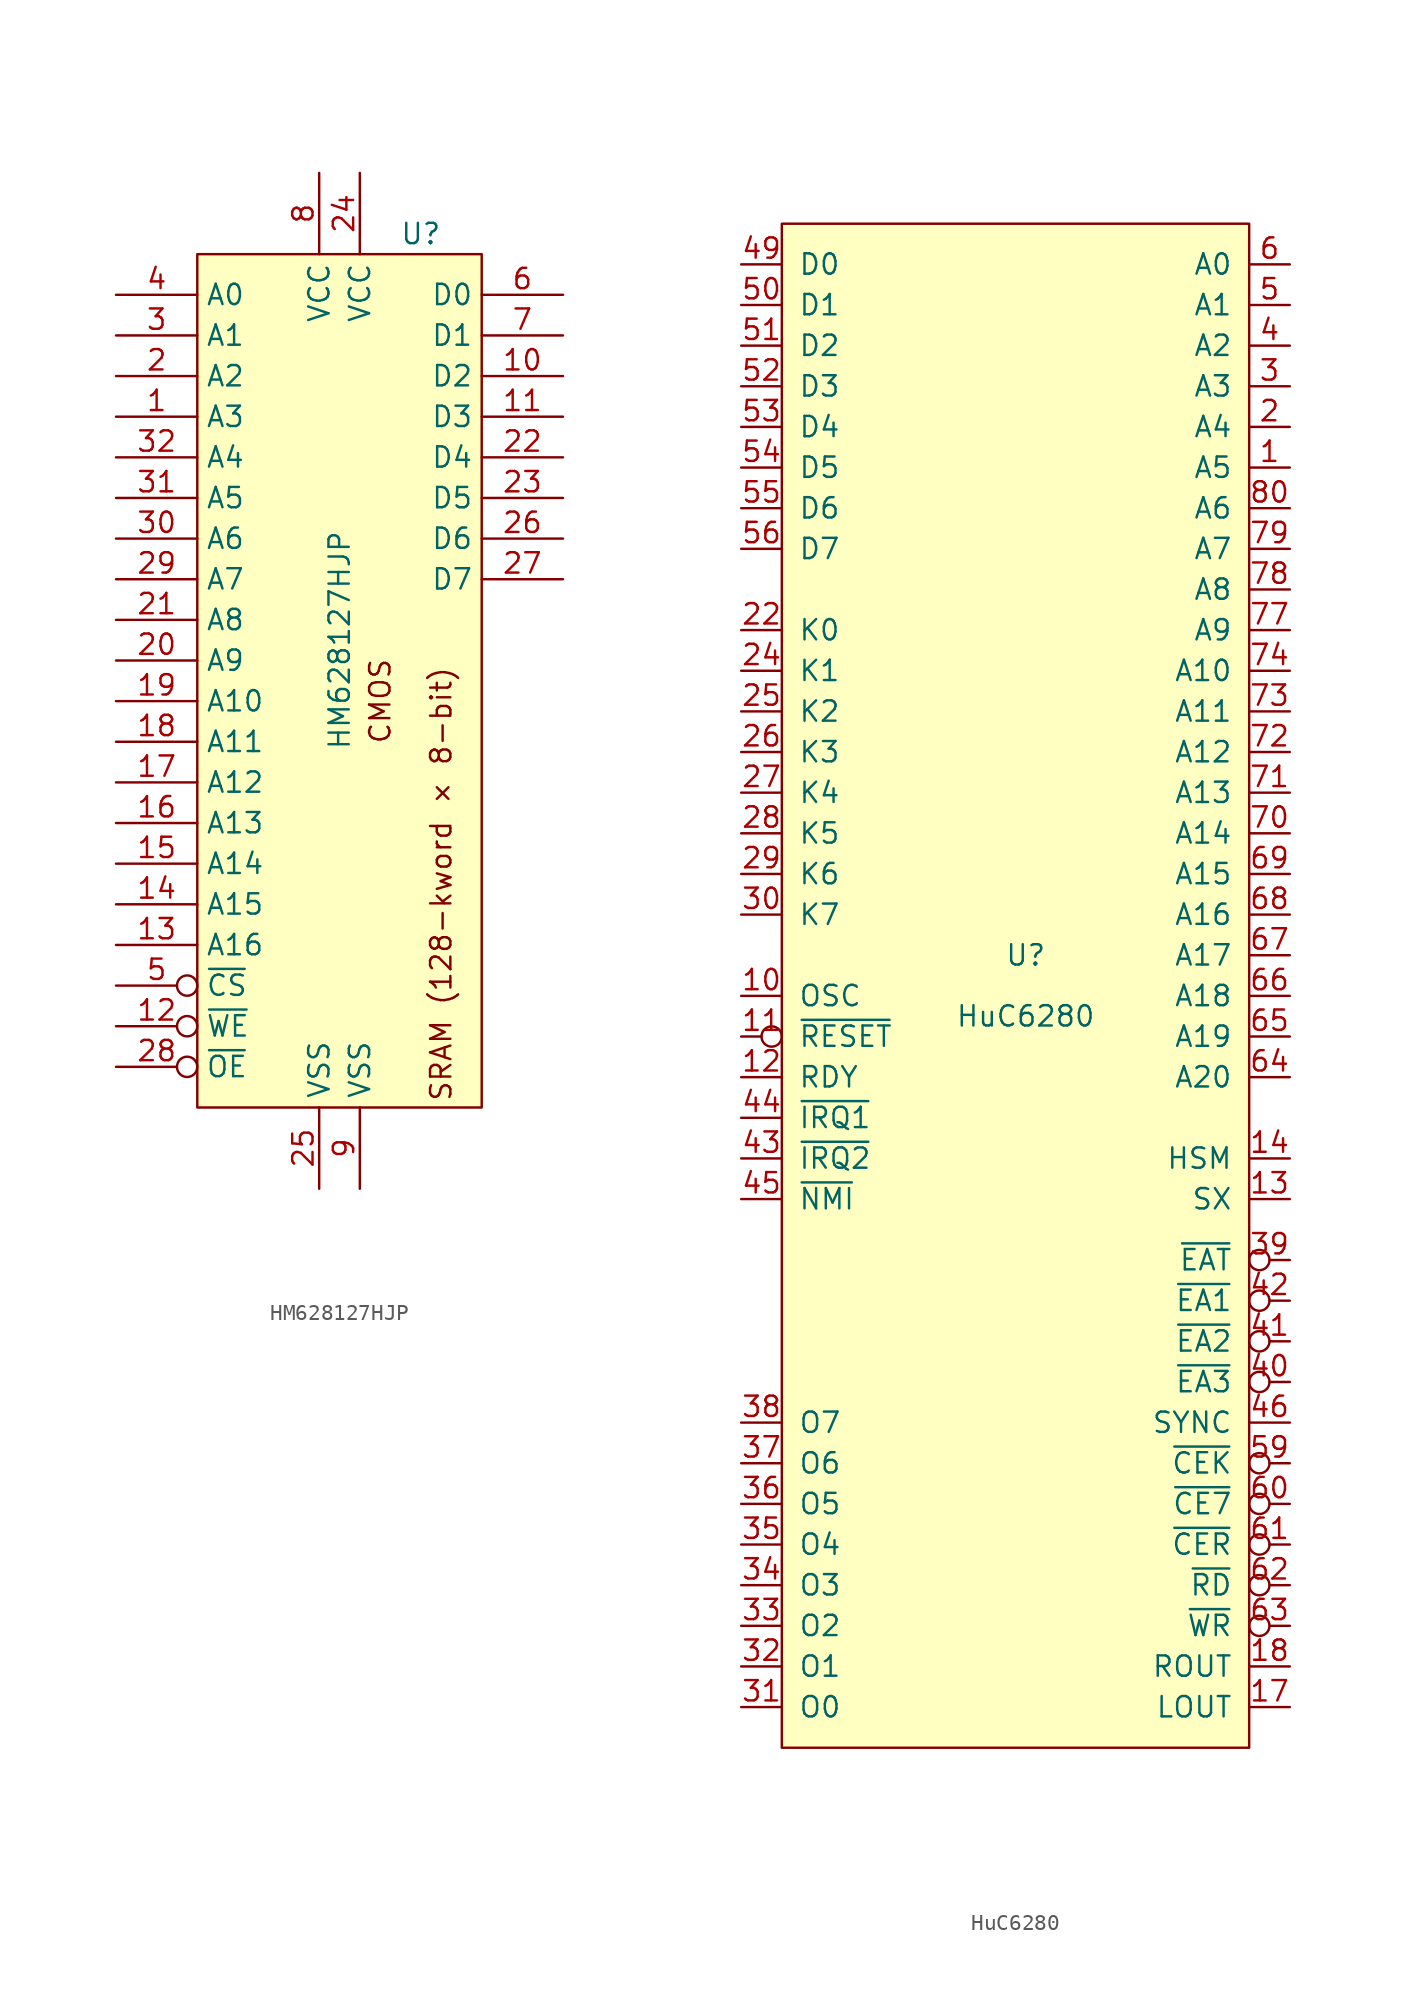
<source format=kicad_sym>
(kicad_symbol_lib
  (version 20231120)
  (generator "kicad_symbol_editor")
  (generator_version "8.0")
  (symbol "HM628127HJP"
    (property "Reference" "U"
      (at 5.08 26.67 0)
      (effects (font (size 1.27 1.27))))
    (property "Value" "HM628127HJP"
      (at 0 1.27 90)
      (effects (font (size 1.27 1.27))))
    (symbol "HM628127HJP_0_0"
      (text "CMOS" (at 2.54 -2.54 900) (effects (font (size 1.27 1.27))))
      (text "SRAM (128-kword × 8-bit)" (at 6.35 -13.97 900) (effects (font (size 1.27 1.27)))))
    (symbol "HM628127HJP_0_1"
      (rectangle (start -8.89 25.4) (end 8.89 -27.94) (stroke (width 0.152) (type default)) (fill (type background))))
    (symbol "HM628127HJP_1_1"
      (pin input line (at -13.97 15.24 0) (length 5.08) (name "A3" (effects (font (size 1.27 1.27)))) (number "1" (effects (font (size 1.27 1.27)))))
      (pin tri_state line (at 13.97 17.78 180) (length 5.08) (name "D2" (effects (font (size 1.27 1.27)))) (number "10" (effects (font (size 1.27 1.27)))))
      (pin tri_state line (at 13.97 15.24 180) (length 5.08) (name "D3" (effects (font (size 1.27 1.27)))) (number "11" (effects (font (size 1.27 1.27)))))
      (pin input inverted (at -13.97 -22.86 0) (length 5.08) (name "~{WE}" (effects (font (size 1.27 1.27)))) (number "12" (effects (font (size 1.27 1.27)))))
      (pin input line (at -13.97 -17.78 0) (length 5.08) (name "A16" (effects (font (size 1.27 1.27)))) (number "13" (effects (font (size 1.27 1.27)))))
      (pin input line (at -13.97 -15.24 0) (length 5.08) (name "A15" (effects (font (size 1.27 1.27)))) (number "14" (effects (font (size 1.27 1.27)))))
      (pin input line (at -13.97 -12.7 0) (length 5.08) (name "A14" (effects (font (size 1.27 1.27)))) (number "15" (effects (font (size 1.27 1.27)))))
      (pin input line (at -13.97 -10.16 0) (length 5.08) (name "A13" (effects (font (size 1.27 1.27)))) (number "16" (effects (font (size 1.27 1.27)))))
      (pin input line (at -13.97 -7.62 0) (length 5.08) (name "A12" (effects (font (size 1.27 1.27)))) (number "17" (effects (font (size 1.27 1.27)))))
      (pin input line (at -13.97 -5.08 0) (length 5.08) (name "A11" (effects (font (size 1.27 1.27)))) (number "18" (effects (font (size 1.27 1.27)))))
      (pin input line (at -13.97 -2.54 0) (length 5.08) (name "A10" (effects (font (size 1.27 1.27)))) (number "19" (effects (font (size 1.27 1.27)))))
      (pin input line (at -13.97 17.78 0) (length 5.08) (name "A2" (effects (font (size 1.27 1.27)))) (number "2" (effects (font (size 1.27 1.27)))))
      (pin input line (at -13.97 0 0) (length 5.08) (name "A9" (effects (font (size 1.27 1.27)))) (number "20" (effects (font (size 1.27 1.27)))))
      (pin input line (at -13.97 2.54 0) (length 5.08) (name "A8" (effects (font (size 1.27 1.27)))) (number "21" (effects (font (size 1.27 1.27)))))
      (pin tri_state line (at 13.97 12.7 180) (length 5.08) (name "D4" (effects (font (size 1.27 1.27)))) (number "22" (effects (font (size 1.27 1.27)))))
      (pin tri_state line (at 13.97 10.16 180) (length 5.08) (name "D5" (effects (font (size 1.27 1.27)))) (number "23" (effects (font (size 1.27 1.27)))))
      (pin power_in line (at 1.27 30.48 270) (length 5.08) (name "VCC" (effects (font (size 1.27 1.27)))) (number "24" (effects (font (size 1.27 1.27)))))
      (pin power_in line (at -1.27 -33.02 90) (length 5.08) (name "VSS" (effects (font (size 1.27 1.27)))) (number "25" (effects (font (size 1.27 1.27)))))
      (pin tri_state line (at 13.97 7.62 180) (length 5.08) (name "D6" (effects (font (size 1.27 1.27)))) (number "26" (effects (font (size 1.27 1.27)))))
      (pin tri_state line (at 13.97 5.08 180) (length 5.08) (name "D7" (effects (font (size 1.27 1.27)))) (number "27" (effects (font (size 1.27 1.27)))))
      (pin input inverted (at -13.97 -25.4 0) (length 5.08) (name "~{OE}" (effects (font (size 1.27 1.27)))) (number "28" (effects (font (size 1.27 1.27)))))
      (pin input line (at -13.97 5.08 0) (length 5.08) (name "A7" (effects (font (size 1.27 1.27)))) (number "29" (effects (font (size 1.27 1.27)))))
      (pin input line (at -13.97 20.32 0) (length 5.08) (name "A1" (effects (font (size 1.27 1.27)))) (number "3" (effects (font (size 1.27 1.27)))))
      (pin input line (at -13.97 7.62 0) (length 5.08) (name "A6" (effects (font (size 1.27 1.27)))) (number "30" (effects (font (size 1.27 1.27)))))
      (pin input line (at -13.97 10.16 0) (length 5.08) (name "A5" (effects (font (size 1.27 1.27)))) (number "31" (effects (font (size 1.27 1.27)))))
      (pin input line (at -13.97 12.7 0) (length 5.08) (name "A4" (effects (font (size 1.27 1.27)))) (number "32" (effects (font (size 1.27 1.27)))))
      (pin input line (at -13.97 22.86 0) (length 5.08) (name "A0" (effects (font (size 1.27 1.27)))) (number "4" (effects (font (size 1.27 1.27)))))
      (pin input inverted (at -13.97 -20.32 0) (length 5.08) (name "~{CS}" (effects (font (size 1.27 1.27)))) (number "5" (effects (font (size 1.27 1.27)))))
      (pin tri_state line (at 13.97 22.86 180) (length 5.08) (name "D0" (effects (font (size 1.27 1.27)))) (number "6" (effects (font (size 1.27 1.27)))))
      (pin tri_state line (at 13.97 20.32 180) (length 5.08) (name "D1" (effects (font (size 1.27 1.27)))) (number "7" (effects (font (size 1.27 1.27)))))
      (pin power_in line (at -1.27 30.48 270) (length 5.08) (name "VCC" (effects (font (size 1.27 1.27)))) (number "8" (effects (font (size 1.27 1.27)))))
      (pin power_in line (at 1.27 -33.02 90) (length 5.08) (name "VSS" (effects (font (size 1.27 1.27)))) (number "9" (effects (font (size 1.27 1.27)))))))
  (symbol "HuC6280"
    (pin_names
      (offset 1.016))
    (property "Reference" "U"
      (at 0 2.54 0)
      (effects (font (size 1.27 1.27))))
    (property "Value" "HuC6280"
      (at 0 -1.27 0)
      (effects (font (size 1.27 1.27))))
    (symbol "HuC6280_0_1"
      (rectangle (start -15.24 48.26) (end 13.97 -46.99) (stroke (width 0) (type default)) (fill (type background))))
    (symbol "HuC6280_1_1"
      (pin output line (at 16.51 33.02 180) (length 2.54) (name "A5" (effects (font (size 1.27 1.27)))) (number "1" (effects (font (size 1.27 1.27)))))
      (pin input line (at -17.78 0 0) (length 2.54) (name "OSC" (effects (font (size 1.27 1.27)))) (number "10" (effects (font (size 1.27 1.27)))))
      (pin input inverted (at -17.78 -2.54 0) (length 2.54) (name "~{RESET}" (effects (font (size 1.27 1.27)))) (number "11" (effects (font (size 1.27 1.27)))))
      (pin input line (at -17.78 -5.08 0) (length 2.54) (name "RDY" (effects (font (size 1.27 1.27)))) (number "12" (effects (font (size 1.27 1.27)))))
      (pin output line (at 16.51 -12.7 180) (length 2.54) (name "SX" (effects (font (size 1.27 1.27)))) (number "13" (effects (font (size 1.27 1.27)))))
      (pin output line (at 16.51 -10.16 180) (length 2.54) (name "HSM" (effects (font (size 1.27 1.27)))) (number "14" (effects (font (size 1.27 1.27)))))
      (pin power_in line (at -5.08 48.26 270) (length 2.54) hide (name "VPPD" (effects (font (size 1.27 1.27)))) (number "15" (effects (font (size 1.27 1.27)))))
      (pin power_in line (at 1.27 -46.99 90) (length 2.54) hide (name "GND5" (effects (font (size 1.27 1.27)))) (number "16" (effects (font (size 1.27 1.27)))))
      (pin output line (at 16.51 -44.45 180) (length 2.54) (name "LOUT" (effects (font (size 1.27 1.27)))) (number "17" (effects (font (size 1.27 1.27)))))
      (pin output line (at 16.51 -41.91 180) (length 2.54) (name "ROUT" (effects (font (size 1.27 1.27)))) (number "18" (effects (font (size 1.27 1.27)))))
      (pin power_in line (at -7.62 48.26 270) (length 2.54) hide (name "VPPA" (effects (font (size 1.27 1.27)))) (number "19" (effects (font (size 1.27 1.27)))))
      (pin output line (at 16.51 35.56 180) (length 2.54) (name "A4" (effects (font (size 1.27 1.27)))) (number "2" (effects (font (size 1.27 1.27)))))
      (pin power_in line (at 3.81 -46.99 90) (length 2.54) hide (name "GND_AUDIO" (effects (font (size 1.27 1.27)))) (number "20" (effects (font (size 1.27 1.27)))))
      (pin power_in line (at 6.35 -46.99 90) (length 2.54) hide (name "GNDA" (effects (font (size 1.27 1.27)))) (number "21" (effects (font (size 1.27 1.27)))))
      (pin input line (at -17.78 22.86 0) (length 2.54) (name "K0" (effects (font (size 1.27 1.27)))) (number "22" (effects (font (size 1.27 1.27)))))
      (pin input line (at -17.78 20.32 0) (length 2.54) (name "K1" (effects (font (size 1.27 1.27)))) (number "24" (effects (font (size 1.27 1.27)))))
      (pin input line (at -17.78 17.78 0) (length 2.54) (name "K2" (effects (font (size 1.27 1.27)))) (number "25" (effects (font (size 1.27 1.27)))))
      (pin input line (at -17.78 15.24 0) (length 2.54) (name "K3" (effects (font (size 1.27 1.27)))) (number "26" (effects (font (size 1.27 1.27)))))
      (pin input line (at -17.78 12.7 0) (length 2.54) (name "K4" (effects (font (size 1.27 1.27)))) (number "27" (effects (font (size 1.27 1.27)))))
      (pin input line (at -17.78 10.16 0) (length 2.54) (name "K5" (effects (font (size 1.27 1.27)))) (number "28" (effects (font (size 1.27 1.27)))))
      (pin input line (at -17.78 7.62 0) (length 2.54) (name "K6" (effects (font (size 1.27 1.27)))) (number "29" (effects (font (size 1.27 1.27)))))
      (pin output line (at 16.51 38.1 180) (length 2.54) (name "A3" (effects (font (size 1.27 1.27)))) (number "3" (effects (font (size 1.27 1.27)))))
      (pin input line (at -17.78 5.08 0) (length 2.54) (name "K7" (effects (font (size 1.27 1.27)))) (number "30" (effects (font (size 1.27 1.27)))))
      (pin output line (at -17.78 -44.45 0) (length 2.54) (name "O0" (effects (font (size 1.27 1.27)))) (number "31" (effects (font (size 1.27 1.27)))))
      (pin output line (at -17.78 -41.91 0) (length 2.54) (name "O1" (effects (font (size 1.27 1.27)))) (number "32" (effects (font (size 1.27 1.27)))))
      (pin output line (at -17.78 -39.37 0) (length 2.54) (name "O2" (effects (font (size 1.27 1.27)))) (number "33" (effects (font (size 1.27 1.27)))))
      (pin output line (at -17.78 -36.83 0) (length 2.54) (name "O3" (effects (font (size 1.27 1.27)))) (number "34" (effects (font (size 1.27 1.27)))))
      (pin output line (at -17.78 -34.29 0) (length 2.54) (name "O4" (effects (font (size 1.27 1.27)))) (number "35" (effects (font (size 1.27 1.27)))))
      (pin output line (at -17.78 -31.75 0) (length 2.54) (name "O5" (effects (font (size 1.27 1.27)))) (number "36" (effects (font (size 1.27 1.27)))))
      (pin output line (at -17.78 -29.21 0) (length 2.54) (name "O6" (effects (font (size 1.27 1.27)))) (number "37" (effects (font (size 1.27 1.27)))))
      (pin output line (at -17.78 -26.67 0) (length 2.54) (name "O7" (effects (font (size 1.27 1.27)))) (number "38" (effects (font (size 1.27 1.27)))))
      (pin output inverted (at 16.51 -16.51 180) (length 2.54) (name "~{EAT}" (effects (font (size 1.27 1.27)))) (number "39" (effects (font (size 1.27 1.27)))))
      (pin output line (at 16.51 40.64 180) (length 2.54) (name "A2" (effects (font (size 1.27 1.27)))) (number "4" (effects (font (size 1.27 1.27)))))
      (pin output inverted (at 16.51 -24.13 180) (length 2.54) (name "~{EA3}" (effects (font (size 1.27 1.27)))) (number "40" (effects (font (size 1.27 1.27)))))
      (pin output inverted (at 16.51 -21.59 180) (length 2.54) (name "~{EA2}" (effects (font (size 1.27 1.27)))) (number "41" (effects (font (size 1.27 1.27)))))
      (pin output inverted (at 16.51 -19.05 180) (length 2.54) (name "~{EA1}" (effects (font (size 1.27 1.27)))) (number "42" (effects (font (size 1.27 1.27)))))
      (pin input line (at -17.78 -10.16 0) (length 2.54) (name "~{IRQ2}" (effects (font (size 1.27 1.27)))) (number "43" (effects (font (size 1.27 1.27)))))
      (pin input line (at -17.78 -7.62 0) (length 2.54) (name "~{IRQ1}" (effects (font (size 1.27 1.27)))) (number "44" (effects (font (size 1.27 1.27)))))
      (pin input line (at -17.78 -12.7 0) (length 2.54) (name "~{NMI}" (effects (font (size 1.27 1.27)))) (number "45" (effects (font (size 1.27 1.27)))))
      (pin output line (at 16.51 -26.67 180) (length 2.54) (name "SYNC" (effects (font (size 1.27 1.27)))) (number "46" (effects (font (size 1.27 1.27)))))
      (pin power_in line (at -2.54 48.26 270) (length 2.54) hide (name "VDD" (effects (font (size 1.27 1.27)))) (number "47" (effects (font (size 1.27 1.27)))))
      (pin power_in line (at -1.27 -46.99 90) (length 2.54) hide (name "GND4" (effects (font (size 1.27 1.27)))) (number "48" (effects (font (size 1.27 1.27)))))
      (pin bidirectional line (at -17.78 45.72 0) (length 2.54) (name "D0" (effects (font (size 1.27 1.27)))) (number "49" (effects (font (size 1.27 1.27)))))
      (pin output line (at 16.51 43.18 180) (length 2.54) (name "A1" (effects (font (size 1.27 1.27)))) (number "5" (effects (font (size 1.27 1.27)))))
      (pin bidirectional line (at -17.78 43.18 0) (length 2.54) (name "D1" (effects (font (size 1.27 1.27)))) (number "50" (effects (font (size 1.27 1.27)))))
      (pin bidirectional line (at -17.78 40.64 0) (length 2.54) (name "D2" (effects (font (size 1.27 1.27)))) (number "51" (effects (font (size 1.27 1.27)))))
      (pin bidirectional line (at -17.78 38.1 0) (length 2.54) (name "D3" (effects (font (size 1.27 1.27)))) (number "52" (effects (font (size 1.27 1.27)))))
      (pin bidirectional line (at -17.78 35.56 0) (length 2.54) (name "D4" (effects (font (size 1.27 1.27)))) (number "53" (effects (font (size 1.27 1.27)))))
      (pin bidirectional line (at -17.78 33.02 0) (length 2.54) (name "D5" (effects (font (size 1.27 1.27)))) (number "54" (effects (font (size 1.27 1.27)))))
      (pin bidirectional line (at -17.78 30.48 0) (length 2.54) (name "D6" (effects (font (size 1.27 1.27)))) (number "55" (effects (font (size 1.27 1.27)))))
      (pin bidirectional line (at -17.78 27.94 0) (length 2.54) (name "D7" (effects (font (size 1.27 1.27)))) (number "56" (effects (font (size 1.27 1.27)))))
      (pin power_in line (at 0 48.26 270) (length 2.54) hide (name "VCC" (effects (font (size 1.27 1.27)))) (number "57" (effects (font (size 1.27 1.27)))))
      (pin power_in line (at -3.81 -46.99 90) (length 2.54) hide (name "GND3" (effects (font (size 1.27 1.27)))) (number "58" (effects (font (size 1.27 1.27)))))
      (pin output inverted (at 16.51 -29.21 180) (length 2.54) (name "~{CEK}" (effects (font (size 1.27 1.27)))) (number "59" (effects (font (size 1.27 1.27)))))
      (pin output line (at 16.51 45.72 180) (length 2.54) (name "A0" (effects (font (size 1.27 1.27)))) (number "6" (effects (font (size 1.27 1.27)))))
      (pin output inverted (at 16.51 -31.75 180) (length 2.54) (name "~{CE7}" (effects (font (size 1.27 1.27)))) (number "60" (effects (font (size 1.27 1.27)))))
      (pin output inverted (at 16.51 -34.29 180) (length 2.54) (name "~{CER}" (effects (font (size 1.27 1.27)))) (number "61" (effects (font (size 1.27 1.27)))))
      (pin output inverted (at 16.51 -36.83 180) (length 2.54) (name "~{RD}" (effects (font (size 1.27 1.27)))) (number "62" (effects (font (size 1.27 1.27)))))
      (pin output inverted (at 16.51 -39.37 180) (length 2.54) (name "~{WR}" (effects (font (size 1.27 1.27)))) (number "63" (effects (font (size 1.27 1.27)))))
      (pin output line (at 16.51 -5.08 180) (length 2.54) (name "A20" (effects (font (size 1.27 1.27)))) (number "64" (effects (font (size 1.27 1.27)))))
      (pin output line (at 16.51 -2.54 180) (length 2.54) (name "A19" (effects (font (size 1.27 1.27)))) (number "65" (effects (font (size 1.27 1.27)))))
      (pin output line (at 16.51 0 180) (length 2.54) (name "A18" (effects (font (size 1.27 1.27)))) (number "66" (effects (font (size 1.27 1.27)))))
      (pin output line (at 16.51 2.54 180) (length 2.54) (name "A17" (effects (font (size 1.27 1.27)))) (number "67" (effects (font (size 1.27 1.27)))))
      (pin output line (at 16.51 5.08 180) (length 2.54) (name "A16" (effects (font (size 1.27 1.27)))) (number "68" (effects (font (size 1.27 1.27)))))
      (pin output line (at 16.51 7.62 180) (length 2.54) (name "A15" (effects (font (size 1.27 1.27)))) (number "69" (effects (font (size 1.27 1.27)))))
      (pin power_in line (at -8.89 -46.99 90) (length 2.54) hide (name "GND1" (effects (font (size 1.27 1.27)))) (number "7" (effects (font (size 1.27 1.27)))))
      (pin output line (at 16.51 10.16 180) (length 2.54) (name "A14" (effects (font (size 1.27 1.27)))) (number "70" (effects (font (size 1.27 1.27)))))
      (pin output line (at 16.51 12.7 180) (length 2.54) (name "A13" (effects (font (size 1.27 1.27)))) (number "71" (effects (font (size 1.27 1.27)))))
      (pin output line (at 16.51 15.24 180) (length 2.54) (name "A12" (effects (font (size 1.27 1.27)))) (number "72" (effects (font (size 1.27 1.27)))))
      (pin output line (at 16.51 17.78 180) (length 2.54) (name "A11" (effects (font (size 1.27 1.27)))) (number "73" (effects (font (size 1.27 1.27)))))
      (pin output line (at 16.51 20.32 180) (length 2.54) (name "A10" (effects (font (size 1.27 1.27)))) (number "74" (effects (font (size 1.27 1.27)))))
      (pin power_in line (at -6.35 -46.99 90) (length 2.54) hide (name "GND2" (effects (font (size 1.27 1.27)))) (number "75" (effects (font (size 1.27 1.27)))))
      (pin power_in line (at 2.54 48.26 270) (length 2.54) hide (name "VBB" (effects (font (size 1.27 1.27)))) (number "76" (effects (font (size 1.27 1.27)))))
      (pin output line (at 16.51 22.86 180) (length 2.54) (name "A9" (effects (font (size 1.27 1.27)))) (number "77" (effects (font (size 1.27 1.27)))))
      (pin output line (at 16.51 25.4 180) (length 2.54) (name "A8" (effects (font (size 1.27 1.27)))) (number "78" (effects (font (size 1.27 1.27)))))
      (pin output line (at 16.51 27.94 180) (length 2.54) (name "A7" (effects (font (size 1.27 1.27)))) (number "79" (effects (font (size 1.27 1.27)))))
      (pin power_in line (at 5.08 48.26 270) (length 2.54) hide (name "VAA" (effects (font (size 1.27 1.27)))) (number "8" (effects (font (size 1.27 1.27)))))
      (pin output line (at 16.51 30.48 180) (length 2.54) (name "A6" (effects (font (size 1.27 1.27)))) (number "80" (effects (font (size 1.27 1.27))))))))
</source>
